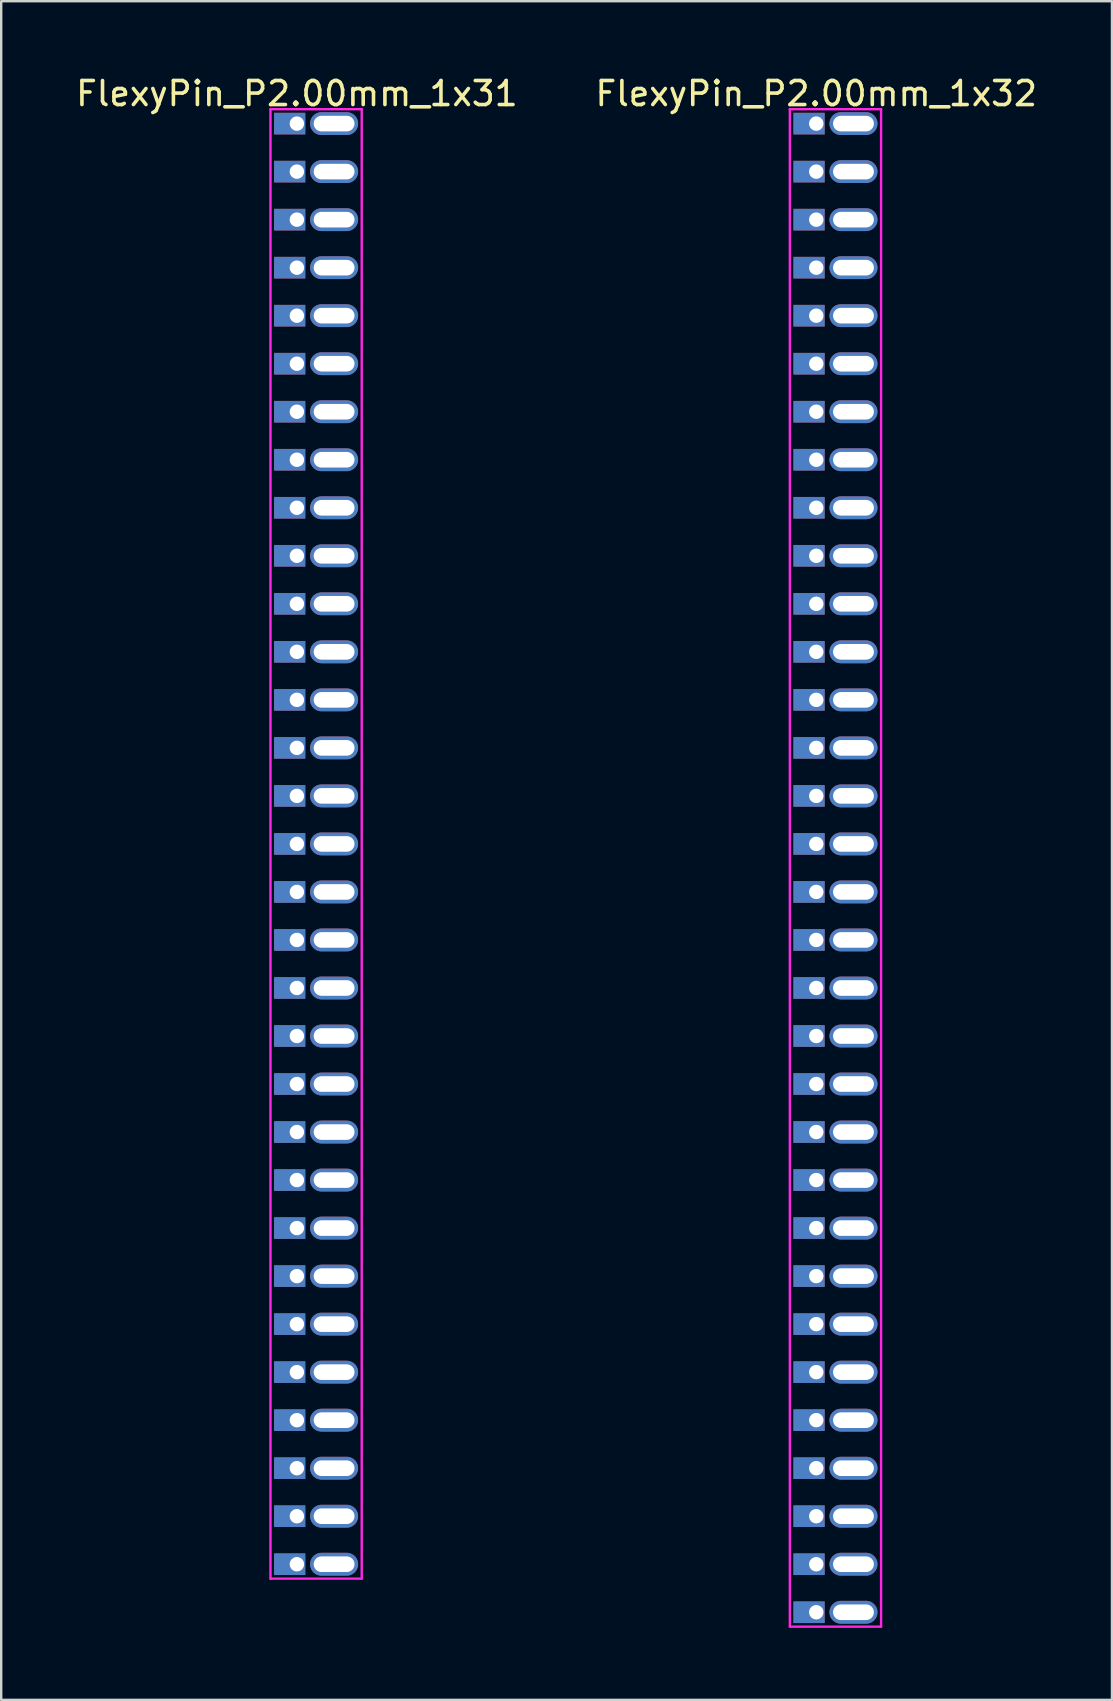
<source format=kicad_pcb>
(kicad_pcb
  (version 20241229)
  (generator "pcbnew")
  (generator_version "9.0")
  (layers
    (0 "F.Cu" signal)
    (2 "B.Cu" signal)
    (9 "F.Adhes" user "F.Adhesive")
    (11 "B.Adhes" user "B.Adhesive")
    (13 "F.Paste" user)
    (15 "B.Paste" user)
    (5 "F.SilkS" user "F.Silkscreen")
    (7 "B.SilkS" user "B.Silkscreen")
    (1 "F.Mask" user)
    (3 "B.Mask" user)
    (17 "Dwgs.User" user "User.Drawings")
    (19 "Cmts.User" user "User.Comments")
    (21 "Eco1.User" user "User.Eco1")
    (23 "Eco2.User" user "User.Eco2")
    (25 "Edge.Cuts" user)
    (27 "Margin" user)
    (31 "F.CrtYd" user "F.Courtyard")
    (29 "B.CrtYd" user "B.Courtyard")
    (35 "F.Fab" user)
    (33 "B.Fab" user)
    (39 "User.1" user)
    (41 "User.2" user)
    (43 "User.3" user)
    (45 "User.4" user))
  (footprint "FlexyPin_P2.00mm_1x32"
    (layer "F.Cu")
    (at 30.946 2.098)
    (property "Reference" "FlexyPin_P2.00mm_1x32" (at 0 -1.25 0) (layer "F.SilkS") (effects (font (size 1 1) (thickness 0.15))))
    (attr through_hole)
    (fp_line (start -1.1 -0.6) (end 2.7 -0.6) (stroke (width 0.1) (type solid)) (layer "F.CrtYd"))
    (fp_line (start -1.1 62.6) (end -1.1 -0.6) (stroke (width 0.1) (type solid)) (layer "F.CrtYd"))
    (fp_line (start 2.7 -0.6) (end 2.7 62.6) (stroke (width 0.1) (type solid)) (layer "F.CrtYd"))
    (fp_line (start 2.7 62.6) (end -1.1 62.6) (stroke (width 0.1) (type solid)) (layer "F.CrtYd"))
    (pad "" thru_hole oval (at 1.55 0) (size 2 0.95) (drill oval 1.7 0.65) (layers "*.Cu" "*.Mask"))
    (pad "" thru_hole oval (at 1.55 2) (size 2 0.95) (drill oval 1.7 0.65) (layers "*.Cu" "*.Mask"))
    (pad "" thru_hole oval (at 1.55 4) (size 2 0.95) (drill oval 1.7 0.65) (layers "*.Cu" "*.Mask"))
    (pad "" thru_hole oval (at 1.55 6) (size 2 0.95) (drill oval 1.7 0.65) (layers "*.Cu" "*.Mask"))
    (pad "" thru_hole oval (at 1.55 8) (size 2 0.95) (drill oval 1.7 0.65) (layers "*.Cu" "*.Mask"))
    (pad "" thru_hole oval (at 1.55 10) (size 2 0.95) (drill oval 1.7 0.65) (layers "*.Cu" "*.Mask"))
    (pad "" thru_hole oval (at 1.55 12) (size 2 0.95) (drill oval 1.7 0.65) (layers "*.Cu" "*.Mask"))
    (pad "" thru_hole oval (at 1.55 14) (size 2 0.95) (drill oval 1.7 0.65) (layers "*.Cu" "*.Mask"))
    (pad "" thru_hole oval (at 1.55 16) (size 2 0.95) (drill oval 1.7 0.65) (layers "*.Cu" "*.Mask"))
    (pad "" thru_hole oval (at 1.55 18) (size 2 0.95) (drill oval 1.7 0.65) (layers "*.Cu" "*.Mask"))
    (pad "" thru_hole oval (at 1.55 20) (size 2 0.95) (drill oval 1.7 0.65) (layers "*.Cu" "*.Mask"))
    (pad "" thru_hole oval (at 1.55 22) (size 2 0.95) (drill oval 1.7 0.65) (layers "*.Cu" "*.Mask"))
    (pad "" thru_hole oval (at 1.55 24) (size 2 0.95) (drill oval 1.7 0.65) (layers "*.Cu" "*.Mask"))
    (pad "" thru_hole oval (at 1.55 26) (size 2 0.95) (drill oval 1.7 0.65) (layers "*.Cu" "*.Mask"))
    (pad "" thru_hole oval (at 1.55 28) (size 2 0.95) (drill oval 1.7 0.65) (layers "*.Cu" "*.Mask"))
    (pad "" thru_hole oval (at 1.55 30) (size 2 0.95) (drill oval 1.7 0.65) (layers "*.Cu" "*.Mask"))
    (pad "" thru_hole oval (at 1.55 32) (size 2 0.95) (drill oval 1.7 0.65) (layers "*.Cu" "*.Mask"))
    (pad "" thru_hole oval (at 1.55 34) (size 2 0.95) (drill oval 1.7 0.65) (layers "*.Cu" "*.Mask"))
    (pad "" thru_hole oval (at 1.55 36) (size 2 0.95) (drill oval 1.7 0.65) (layers "*.Cu" "*.Mask"))
    (pad "" thru_hole oval (at 1.55 38) (size 2 0.95) (drill oval 1.7 0.65) (layers "*.Cu" "*.Mask"))
    (pad "" thru_hole oval (at 1.55 40) (size 2 0.95) (drill oval 1.7 0.65) (layers "*.Cu" "*.Mask"))
    (pad "" thru_hole oval (at 1.55 42) (size 2 0.95) (drill oval 1.7 0.65) (layers "*.Cu" "*.Mask"))
    (pad "" thru_hole oval (at 1.55 44) (size 2 0.95) (drill oval 1.7 0.65) (layers "*.Cu" "*.Mask"))
    (pad "" thru_hole oval (at 1.55 46) (size 2 0.95) (drill oval 1.7 0.65) (layers "*.Cu" "*.Mask"))
    (pad "" thru_hole oval (at 1.55 48) (size 2 0.95) (drill oval 1.7 0.65) (layers "*.Cu" "*.Mask"))
    (pad "" thru_hole oval (at 1.55 50) (size 2 0.95) (drill oval 1.7 0.65) (layers "*.Cu" "*.Mask"))
    (pad "" thru_hole oval (at 1.55 52) (size 2 0.95) (drill oval 1.7 0.65) (layers "*.Cu" "*.Mask"))
    (pad "" thru_hole oval (at 1.55 54) (size 2 0.95) (drill oval 1.7 0.65) (layers "*.Cu" "*.Mask"))
    (pad "" thru_hole oval (at 1.55 56) (size 2 0.95) (drill oval 1.7 0.65) (layers "*.Cu" "*.Mask"))
    (pad "" thru_hole oval (at 1.55 58) (size 2 0.95) (drill oval 1.7 0.65) (layers "*.Cu" "*.Mask"))
    (pad "" thru_hole oval (at 1.55 60) (size 2 0.95) (drill oval 1.7 0.65) (layers "*.Cu" "*.Mask"))
    (pad "" thru_hole oval (at 1.55 62) (size 2 0.95) (drill oval 1.7 0.65) (layers "*.Cu" "*.Mask"))
    (pad "1" thru_hole rect (at 0 0) (size 1.3 0.9) (drill 0.6 (offset -0.3 0)) (layers "*.Cu" "*.Mask"))
    (pad "2" thru_hole rect (at 0 2) (size 1.3 0.9) (drill 0.6 (offset -0.3 0)) (layers "*.Cu" "*.Mask"))
    (pad "3" thru_hole rect (at 0 4) (size 1.3 0.9) (drill 0.6 (offset -0.3 0)) (layers "*.Cu" "*.Mask"))
    (pad "4" thru_hole rect (at 0 6) (size 1.3 0.9) (drill 0.6 (offset -0.3 0)) (layers "*.Cu" "*.Mask"))
    (pad "5" thru_hole rect (at 0 8) (size 1.3 0.9) (drill 0.6 (offset -0.3 0)) (layers "*.Cu" "*.Mask"))
    (pad "6" thru_hole rect (at 0 10) (size 1.3 0.9) (drill 0.6 (offset -0.3 0)) (layers "*.Cu" "*.Mask"))
    (pad "7" thru_hole rect (at 0 12) (size 1.3 0.9) (drill 0.6 (offset -0.3 0)) (layers "*.Cu" "*.Mask"))
    (pad "8" thru_hole rect (at 0 14) (size 1.3 0.9) (drill 0.6 (offset -0.3 0)) (layers "*.Cu" "*.Mask"))
    (pad "9" thru_hole rect (at 0 16) (size 1.3 0.9) (drill 0.6 (offset -0.3 0)) (layers "*.Cu" "*.Mask"))
    (pad "10" thru_hole rect (at 0 18) (size 1.3 0.9) (drill 0.6 (offset -0.3 0)) (layers "*.Cu" "*.Mask"))
    (pad "11" thru_hole rect (at 0 20) (size 1.3 0.9) (drill 0.6 (offset -0.3 0)) (layers "*.Cu" "*.Mask"))
    (pad "12" thru_hole rect (at 0 22) (size 1.3 0.9) (drill 0.6 (offset -0.3 0)) (layers "*.Cu" "*.Mask"))
    (pad "13" thru_hole rect (at 0 24) (size 1.3 0.9) (drill 0.6 (offset -0.3 0)) (layers "*.Cu" "*.Mask"))
    (pad "14" thru_hole rect (at 0 26) (size 1.3 0.9) (drill 0.6 (offset -0.3 0)) (layers "*.Cu" "*.Mask"))
    (pad "15" thru_hole rect (at 0 28) (size 1.3 0.9) (drill 0.6 (offset -0.3 0)) (layers "*.Cu" "*.Mask"))
    (pad "16" thru_hole rect (at 0 30) (size 1.3 0.9) (drill 0.6 (offset -0.3 0)) (layers "*.Cu" "*.Mask"))
    (pad "17" thru_hole rect (at 0 32) (size 1.3 0.9) (drill 0.6 (offset -0.3 0)) (layers "*.Cu" "*.Mask"))
    (pad "18" thru_hole rect (at 0 34) (size 1.3 0.9) (drill 0.6 (offset -0.3 0)) (layers "*.Cu" "*.Mask"))
    (pad "19" thru_hole rect (at 0 36) (size 1.3 0.9) (drill 0.6 (offset -0.3 0)) (layers "*.Cu" "*.Mask"))
    (pad "20" thru_hole rect (at 0 38) (size 1.3 0.9) (drill 0.6 (offset -0.3 0)) (layers "*.Cu" "*.Mask"))
    (pad "21" thru_hole rect (at 0 40) (size 1.3 0.9) (drill 0.6 (offset -0.3 0)) (layers "*.Cu" "*.Mask"))
    (pad "22" thru_hole rect (at 0 42) (size 1.3 0.9) (drill 0.6 (offset -0.3 0)) (layers "*.Cu" "*.Mask"))
    (pad "23" thru_hole rect (at 0 44) (size 1.3 0.9) (drill 0.6 (offset -0.3 0)) (layers "*.Cu" "*.Mask"))
    (pad "24" thru_hole rect (at 0 46) (size 1.3 0.9) (drill 0.6 (offset -0.3 0)) (layers "*.Cu" "*.Mask"))
    (pad "25" thru_hole rect (at 0 48) (size 1.3 0.9) (drill 0.6 (offset -0.3 0)) (layers "*.Cu" "*.Mask"))
    (pad "26" thru_hole rect (at 0 50) (size 1.3 0.9) (drill 0.6 (offset -0.3 0)) (layers "*.Cu" "*.Mask"))
    (pad "27" thru_hole rect (at 0 52) (size 1.3 0.9) (drill 0.6 (offset -0.3 0)) (layers "*.Cu" "*.Mask"))
    (pad "28" thru_hole rect (at 0 54) (size 1.3 0.9) (drill 0.6 (offset -0.3 0)) (layers "*.Cu" "*.Mask"))
    (pad "29" thru_hole rect (at 0 56) (size 1.3 0.9) (drill 0.6 (offset -0.3 0)) (layers "*.Cu" "*.Mask"))
    (pad "30" thru_hole rect (at 0 58) (size 1.3 0.9) (drill 0.6 (offset -0.3 0)) (layers "*.Cu" "*.Mask"))
    (pad "31" thru_hole rect (at 0 60) (size 1.3 0.9) (drill 0.6 (offset -0.3 0)) (layers "*.Cu" "*.Mask"))
    (pad "32" thru_hole rect (at 0 62) (size 1.3 0.9) (drill 0.6 (offset -0.3 0)) (layers "*.Cu" "*.Mask")))
  (footprint "FlexyPin_P2.00mm_1x31"
    (layer "F.Cu")
    (at 9.315 2.098)
    (property "Reference" "FlexyPin_P2.00mm_1x31" (at 0 -1.25 0) (layer "F.SilkS") (effects (font (size 1 1) (thickness 0.15))))
    (attr through_hole)
    (fp_line (start -1.1 -0.6) (end 2.7 -0.6) (stroke (width 0.1) (type solid)) (layer "F.CrtYd"))
    (fp_line (start -1.1 60.6) (end -1.1 -0.6) (stroke (width 0.1) (type solid)) (layer "F.CrtYd"))
    (fp_line (start 2.7 -0.6) (end 2.7 60.6) (stroke (width 0.1) (type solid)) (layer "F.CrtYd"))
    (fp_line (start 2.7 60.6) (end -1.1 60.6) (stroke (width 0.1) (type solid)) (layer "F.CrtYd"))
    (pad "" thru_hole oval (at 1.55 0) (size 2 0.95) (drill oval 1.7 0.65) (layers "*.Cu" "*.Mask"))
    (pad "" thru_hole oval (at 1.55 2) (size 2 0.95) (drill oval 1.7 0.65) (layers "*.Cu" "*.Mask"))
    (pad "" thru_hole oval (at 1.55 4) (size 2 0.95) (drill oval 1.7 0.65) (layers "*.Cu" "*.Mask"))
    (pad "" thru_hole oval (at 1.55 6) (size 2 0.95) (drill oval 1.7 0.65) (layers "*.Cu" "*.Mask"))
    (pad "" thru_hole oval (at 1.55 8) (size 2 0.95) (drill oval 1.7 0.65) (layers "*.Cu" "*.Mask"))
    (pad "" thru_hole oval (at 1.55 10) (size 2 0.95) (drill oval 1.7 0.65) (layers "*.Cu" "*.Mask"))
    (pad "" thru_hole oval (at 1.55 12) (size 2 0.95) (drill oval 1.7 0.65) (layers "*.Cu" "*.Mask"))
    (pad "" thru_hole oval (at 1.55 14) (size 2 0.95) (drill oval 1.7 0.65) (layers "*.Cu" "*.Mask"))
    (pad "" thru_hole oval (at 1.55 16) (size 2 0.95) (drill oval 1.7 0.65) (layers "*.Cu" "*.Mask"))
    (pad "" thru_hole oval (at 1.55 18) (size 2 0.95) (drill oval 1.7 0.65) (layers "*.Cu" "*.Mask"))
    (pad "" thru_hole oval (at 1.55 20) (size 2 0.95) (drill oval 1.7 0.65) (layers "*.Cu" "*.Mask"))
    (pad "" thru_hole oval (at 1.55 22) (size 2 0.95) (drill oval 1.7 0.65) (layers "*.Cu" "*.Mask"))
    (pad "" thru_hole oval (at 1.55 24) (size 2 0.95) (drill oval 1.7 0.65) (layers "*.Cu" "*.Mask"))
    (pad "" thru_hole oval (at 1.55 26) (size 2 0.95) (drill oval 1.7 0.65) (layers "*.Cu" "*.Mask"))
    (pad "" thru_hole oval (at 1.55 28) (size 2 0.95) (drill oval 1.7 0.65) (layers "*.Cu" "*.Mask"))
    (pad "" thru_hole oval (at 1.55 30) (size 2 0.95) (drill oval 1.7 0.65) (layers "*.Cu" "*.Mask"))
    (pad "" thru_hole oval (at 1.55 32) (size 2 0.95) (drill oval 1.7 0.65) (layers "*.Cu" "*.Mask"))
    (pad "" thru_hole oval (at 1.55 34) (size 2 0.95) (drill oval 1.7 0.65) (layers "*.Cu" "*.Mask"))
    (pad "" thru_hole oval (at 1.55 36) (size 2 0.95) (drill oval 1.7 0.65) (layers "*.Cu" "*.Mask"))
    (pad "" thru_hole oval (at 1.55 38) (size 2 0.95) (drill oval 1.7 0.65) (layers "*.Cu" "*.Mask"))
    (pad "" thru_hole oval (at 1.55 40) (size 2 0.95) (drill oval 1.7 0.65) (layers "*.Cu" "*.Mask"))
    (pad "" thru_hole oval (at 1.55 42) (size 2 0.95) (drill oval 1.7 0.65) (layers "*.Cu" "*.Mask"))
    (pad "" thru_hole oval (at 1.55 44) (size 2 0.95) (drill oval 1.7 0.65) (layers "*.Cu" "*.Mask"))
    (pad "" thru_hole oval (at 1.55 46) (size 2 0.95) (drill oval 1.7 0.65) (layers "*.Cu" "*.Mask"))
    (pad "" thru_hole oval (at 1.55 48) (size 2 0.95) (drill oval 1.7 0.65) (layers "*.Cu" "*.Mask"))
    (pad "" thru_hole oval (at 1.55 50) (size 2 0.95) (drill oval 1.7 0.65) (layers "*.Cu" "*.Mask"))
    (pad "" thru_hole oval (at 1.55 52) (size 2 0.95) (drill oval 1.7 0.65) (layers "*.Cu" "*.Mask"))
    (pad "" thru_hole oval (at 1.55 54) (size 2 0.95) (drill oval 1.7 0.65) (layers "*.Cu" "*.Mask"))
    (pad "" thru_hole oval (at 1.55 56) (size 2 0.95) (drill oval 1.7 0.65) (layers "*.Cu" "*.Mask"))
    (pad "" thru_hole oval (at 1.55 58) (size 2 0.95) (drill oval 1.7 0.65) (layers "*.Cu" "*.Mask"))
    (pad "" thru_hole oval (at 1.55 60) (size 2 0.95) (drill oval 1.7 0.65) (layers "*.Cu" "*.Mask"))
    (pad "1" thru_hole rect (at 0 0) (size 1.3 0.9) (drill 0.6 (offset -0.3 0)) (layers "*.Cu" "*.Mask"))
    (pad "2" thru_hole rect (at 0 2) (size 1.3 0.9) (drill 0.6 (offset -0.3 0)) (layers "*.Cu" "*.Mask"))
    (pad "3" thru_hole rect (at 0 4) (size 1.3 0.9) (drill 0.6 (offset -0.3 0)) (layers "*.Cu" "*.Mask"))
    (pad "4" thru_hole rect (at 0 6) (size 1.3 0.9) (drill 0.6 (offset -0.3 0)) (layers "*.Cu" "*.Mask"))
    (pad "5" thru_hole rect (at 0 8) (size 1.3 0.9) (drill 0.6 (offset -0.3 0)) (layers "*.Cu" "*.Mask"))
    (pad "6" thru_hole rect (at 0 10) (size 1.3 0.9) (drill 0.6 (offset -0.3 0)) (layers "*.Cu" "*.Mask"))
    (pad "7" thru_hole rect (at 0 12) (size 1.3 0.9) (drill 0.6 (offset -0.3 0)) (layers "*.Cu" "*.Mask"))
    (pad "8" thru_hole rect (at 0 14) (size 1.3 0.9) (drill 0.6 (offset -0.3 0)) (layers "*.Cu" "*.Mask"))
    (pad "9" thru_hole rect (at 0 16) (size 1.3 0.9) (drill 0.6 (offset -0.3 0)) (layers "*.Cu" "*.Mask"))
    (pad "10" thru_hole rect (at 0 18) (size 1.3 0.9) (drill 0.6 (offset -0.3 0)) (layers "*.Cu" "*.Mask"))
    (pad "11" thru_hole rect (at 0 20) (size 1.3 0.9) (drill 0.6 (offset -0.3 0)) (layers "*.Cu" "*.Mask"))
    (pad "12" thru_hole rect (at 0 22) (size 1.3 0.9) (drill 0.6 (offset -0.3 0)) (layers "*.Cu" "*.Mask"))
    (pad "13" thru_hole rect (at 0 24) (size 1.3 0.9) (drill 0.6 (offset -0.3 0)) (layers "*.Cu" "*.Mask"))
    (pad "14" thru_hole rect (at 0 26) (size 1.3 0.9) (drill 0.6 (offset -0.3 0)) (layers "*.Cu" "*.Mask"))
    (pad "15" thru_hole rect (at 0 28) (size 1.3 0.9) (drill 0.6 (offset -0.3 0)) (layers "*.Cu" "*.Mask"))
    (pad "16" thru_hole rect (at 0 30) (size 1.3 0.9) (drill 0.6 (offset -0.3 0)) (layers "*.Cu" "*.Mask"))
    (pad "17" thru_hole rect (at 0 32) (size 1.3 0.9) (drill 0.6 (offset -0.3 0)) (layers "*.Cu" "*.Mask"))
    (pad "18" thru_hole rect (at 0 34) (size 1.3 0.9) (drill 0.6 (offset -0.3 0)) (layers "*.Cu" "*.Mask"))
    (pad "19" thru_hole rect (at 0 36) (size 1.3 0.9) (drill 0.6 (offset -0.3 0)) (layers "*.Cu" "*.Mask"))
    (pad "20" thru_hole rect (at 0 38) (size 1.3 0.9) (drill 0.6 (offset -0.3 0)) (layers "*.Cu" "*.Mask"))
    (pad "21" thru_hole rect (at 0 40) (size 1.3 0.9) (drill 0.6 (offset -0.3 0)) (layers "*.Cu" "*.Mask"))
    (pad "22" thru_hole rect (at 0 42) (size 1.3 0.9) (drill 0.6 (offset -0.3 0)) (layers "*.Cu" "*.Mask"))
    (pad "23" thru_hole rect (at 0 44) (size 1.3 0.9) (drill 0.6 (offset -0.3 0)) (layers "*.Cu" "*.Mask"))
    (pad "24" thru_hole rect (at 0 46) (size 1.3 0.9) (drill 0.6 (offset -0.3 0)) (layers "*.Cu" "*.Mask"))
    (pad "25" thru_hole rect (at 0 48) (size 1.3 0.9) (drill 0.6 (offset -0.3 0)) (layers "*.Cu" "*.Mask"))
    (pad "26" thru_hole rect (at 0 50) (size 1.3 0.9) (drill 0.6 (offset -0.3 0)) (layers "*.Cu" "*.Mask"))
    (pad "27" thru_hole rect (at 0 52) (size 1.3 0.9) (drill 0.6 (offset -0.3 0)) (layers "*.Cu" "*.Mask"))
    (pad "28" thru_hole rect (at 0 54) (size 1.3 0.9) (drill 0.6 (offset -0.3 0)) (layers "*.Cu" "*.Mask"))
    (pad "29" thru_hole rect (at 0 56) (size 1.3 0.9) (drill 0.6 (offset -0.3 0)) (layers "*.Cu" "*.Mask"))
    (pad "30" thru_hole rect (at 0 58) (size 1.3 0.9) (drill 0.6 (offset -0.3 0)) (layers "*.Cu" "*.Mask"))
    (pad "31" thru_hole rect (at 0 60) (size 1.3 0.9) (drill 0.6 (offset -0.3 0)) (layers "*.Cu" "*.Mask")))
  (gr_rect
    (start -3 -3)
    (end 43.262 67.748)
    (stroke (width 0.1) (type default))
    (fill no)
    (layer "Edge.Cuts")))
</source>
